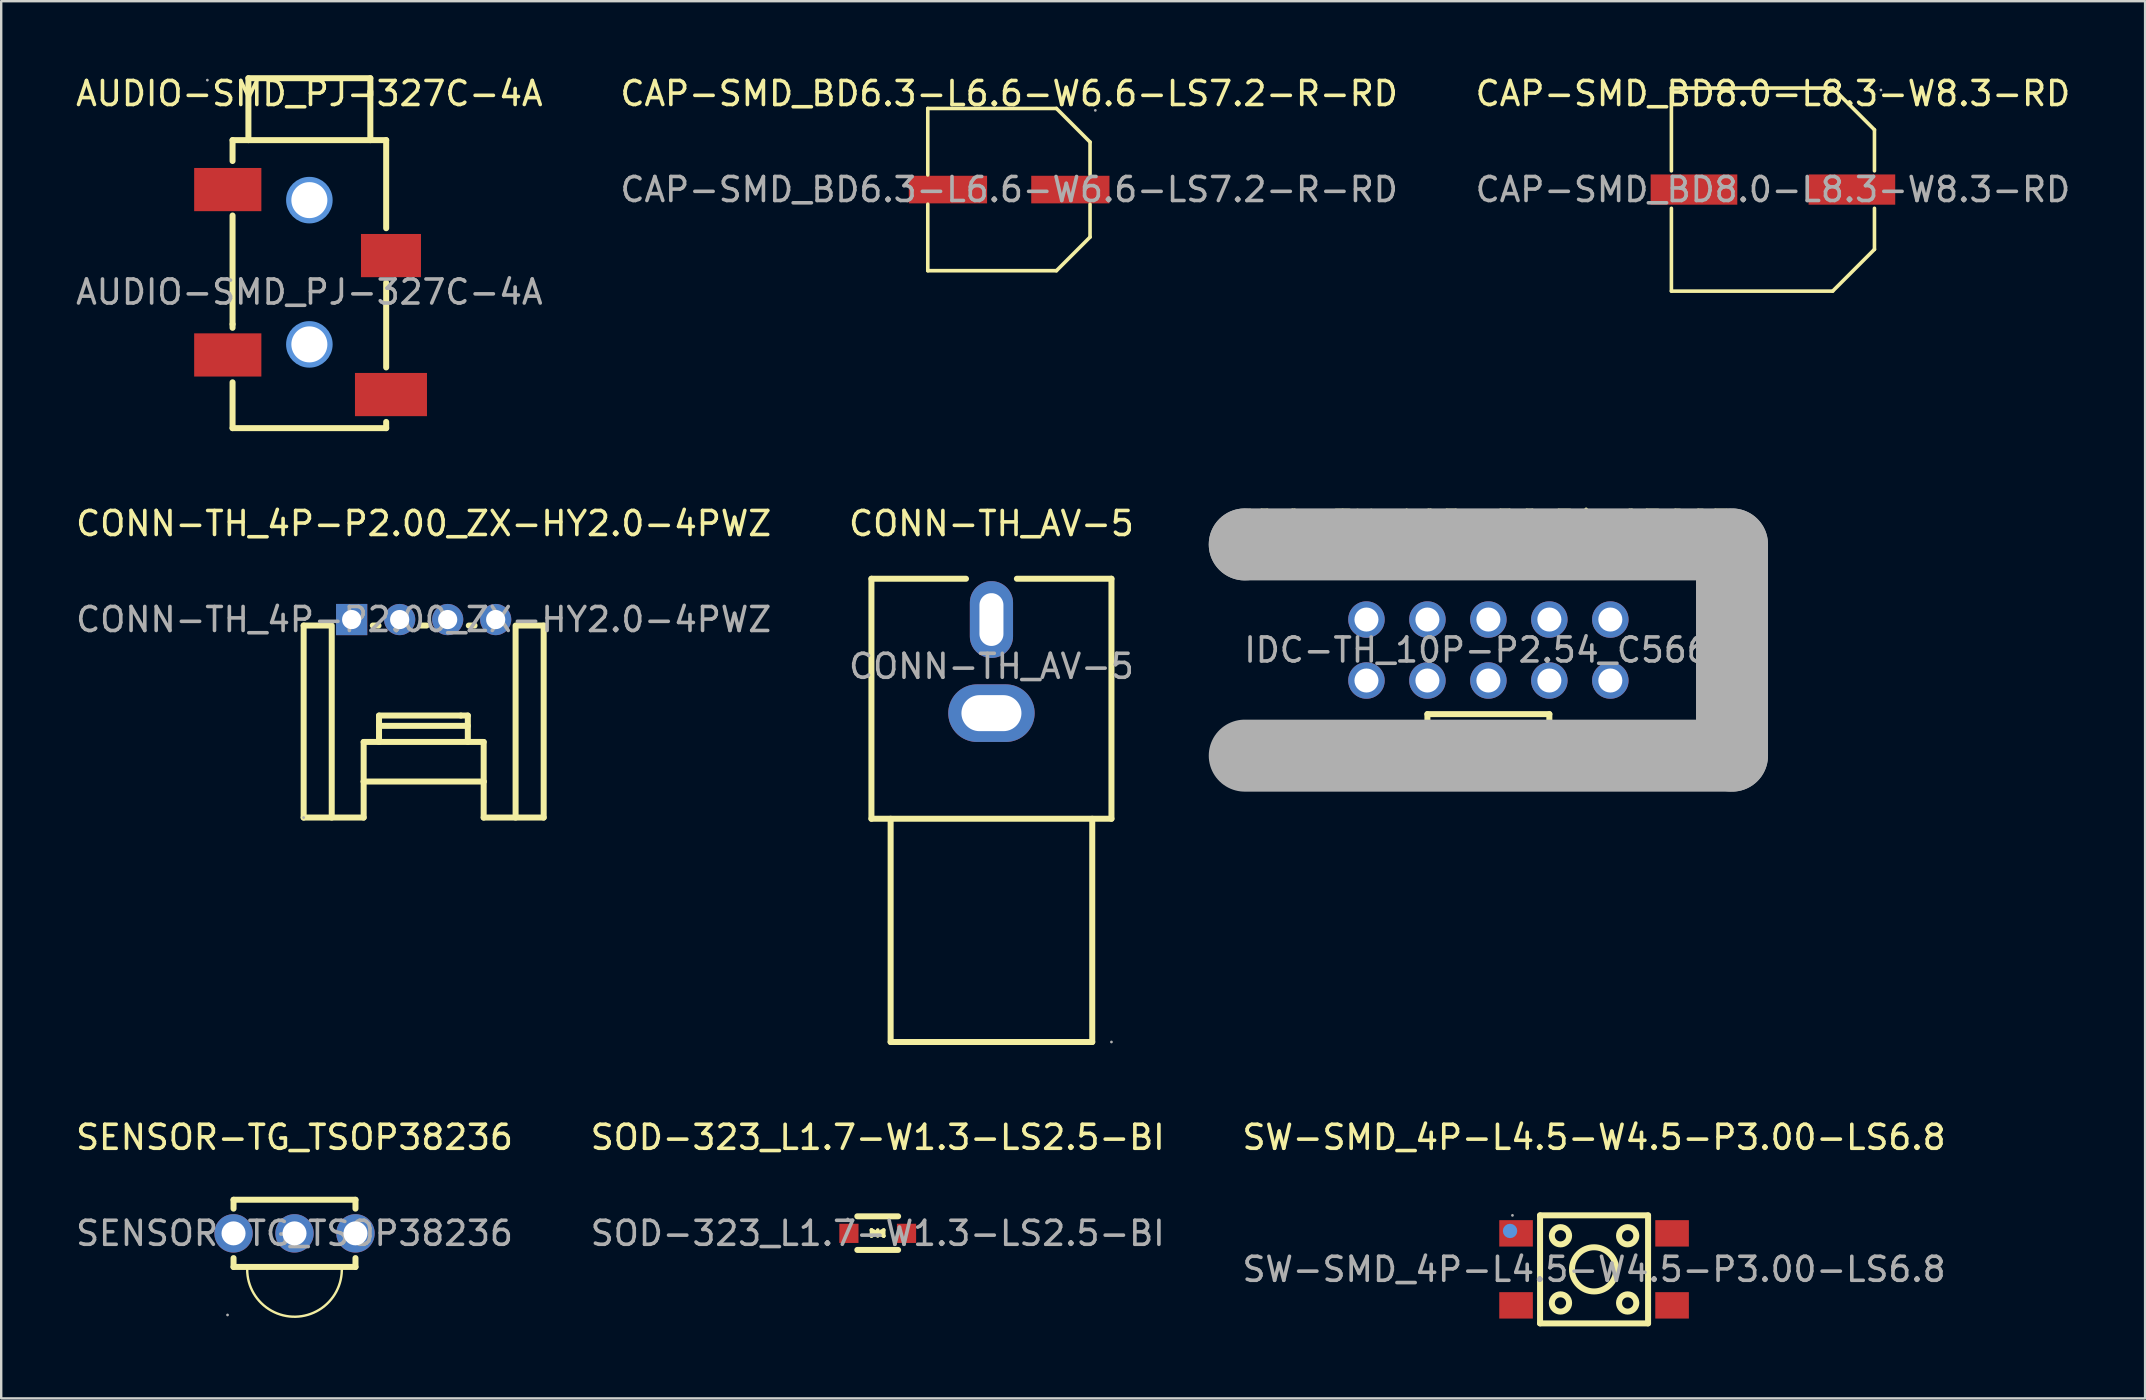
<source format=kicad_pcb>
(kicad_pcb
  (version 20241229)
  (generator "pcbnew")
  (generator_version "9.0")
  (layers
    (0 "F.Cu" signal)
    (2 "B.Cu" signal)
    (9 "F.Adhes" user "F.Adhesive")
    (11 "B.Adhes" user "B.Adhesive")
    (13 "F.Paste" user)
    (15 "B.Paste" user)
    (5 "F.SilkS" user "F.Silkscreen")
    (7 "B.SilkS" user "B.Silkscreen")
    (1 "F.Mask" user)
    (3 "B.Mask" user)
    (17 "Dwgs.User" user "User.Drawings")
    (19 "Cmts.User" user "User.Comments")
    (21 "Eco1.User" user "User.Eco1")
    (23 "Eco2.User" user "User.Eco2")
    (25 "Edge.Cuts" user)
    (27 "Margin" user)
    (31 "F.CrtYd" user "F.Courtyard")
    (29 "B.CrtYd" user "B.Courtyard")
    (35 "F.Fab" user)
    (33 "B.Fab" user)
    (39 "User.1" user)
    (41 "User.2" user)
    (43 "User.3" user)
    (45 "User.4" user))
  (footprint "CAP-SMD_BD6.3-L6.6-W6.6-LS7.2-R-RD"
    (layer "F.Cu")
    (at 38.994 4.848)
    (property "Reference" "CAP-SMD_BD6.3-L6.6-W6.6-LS7.2-R-RD" (at 0 -4 0) (layer "F.SilkS") (effects (font (size 1 1) (thickness 0.15))))
    (attr smd)
    (fp_line (start -3.39 -3.38) (end 1.97 -3.38) (stroke (width 0.15) (type solid)) (layer "F.SilkS"))
    (fp_line (start -3.39 -0.61) (end -3.39 -3.38) (stroke (width 0.15) (type solid)) (layer "F.SilkS"))
    (fp_line (start -3.39 0.61) (end -3.39 3.38) (stroke (width 0.15) (type solid)) (layer "F.SilkS"))
    (fp_line (start -3.39 3.38) (end 1.97 3.38) (stroke (width 0.15) (type solid)) (layer "F.SilkS"))
    (fp_line (start 1.97 -3.38) (end 3.37 -1.98) (stroke (width 0.15) (type solid)) (layer "F.SilkS"))
    (fp_line (start 1.97 3.38) (end 3.37 1.98) (stroke (width 0.15) (type solid)) (layer "F.SilkS"))
    (fp_line (start 3.37 -1.98) (end 3.37 -0.61) (stroke (width 0.15) (type solid)) (layer "F.SilkS"))
    (fp_line (start 3.37 1.98) (end 3.37 0.61) (stroke (width 0.15) (type solid)) (layer "F.SilkS"))
    (fp_circle (center 3.59 -3.3) (end 3.62 -3.3) (stroke (width 0.06) (type solid)) (fill no) (layer "F.Fab"))
    (fp_text user "${REFERENCE}" (at 0 0 0) (layer "F.Fab") (effects (font (size 1 1) (thickness 0.15))))
    (pad "1" smd rect (at 2.55 0 180) (size 3.26 1.15) (layers "F.Cu" "F.Mask" "F.Paste"))
    (pad "2" smd rect (at -2.55 0 180) (size 3.26 1.15) (layers "F.Cu" "F.Mask" "F.Paste")))
  (footprint "CONN-TH_AV-5"
    (layer "F.Cu")
    (at 38.256 24.712)
    (property "Reference" "CONN-TH_AV-5" (at 0 -5.95 0) (layer "F.SilkS") (effects (font (size 1 1) (thickness 0.15))))
    (attr through_hole)
    (fp_line (start -5 -3.65) (end -1.06 -3.65) (stroke (width 0.25) (type solid)) (layer "F.SilkS"))
    (fp_line (start -5 6.35) (end -5 -3.65) (stroke (width 0.25) (type solid)) (layer "F.SilkS"))
    (fp_line (start -5 6.35) (end 5 6.35) (stroke (width 0.25) (type solid)) (layer "F.SilkS"))
    (fp_line (start -4.2 6.35) (end -4.2 15.65) (stroke (width 0.25) (type solid)) (layer "F.SilkS"))
    (fp_line (start -4.2 15.65) (end 4.2 15.65) (stroke (width 0.25) (type solid)) (layer "F.SilkS"))
    (fp_line (start 1.06 -3.65) (end 5 -3.65) (stroke (width 0.25) (type solid)) (layer "F.SilkS"))
    (fp_line (start 4.2 6.35) (end 4.2 15.65) (stroke (width 0.25) (type solid)) (layer "F.SilkS"))
    (fp_line (start 5 -3.65) (end 5 6.35) (stroke (width 0.25) (type solid)) (layer "F.SilkS"))
    (fp_circle (center 5 15.65) (end 5.03 15.65) (stroke (width 0.06) (type solid)) (fill no) (layer "F.Fab"))
    (fp_text user "${REFERENCE}" (at 0 0 0) (layer "F.Fab") (effects (font (size 1 1) (thickness 0.15))))
    (pad "1" thru_hole oval (at 0 1.95) (size 3.6 2.4) (drill oval 2.5 1.5) (layers "*.Cu" "*.Mask"))
    (pad "2" thru_hole oval (at 0 -1.95 90) (size 3.2 1.8) (drill oval 2.2 1) (layers "*.Cu" "*.Mask")))
  (footprint "IDC-TH_10P-P2.54_C5665"
    (layer "F.Cu")
    (at 58.96 24.032)
    (property "Reference" "IDC-TH_10P-P2.54_C5665" (at 0 -5.27 0) (layer "F.SilkS") (effects (font (size 1 1) (thickness 0.15))))
    (attr through_hole)
    (fp_line (start -2.54 2.67) (end -2.54 4.45) (stroke (width 0.25) (type solid)) (layer "F.SilkS"))
    (fp_line (start -2.54 2.67) (end 2.54 2.67) (stroke (width 0.25) (type solid)) (layer "F.SilkS"))
    (fp_line (start -2.54 4.45) (end -2.49 4.37) (stroke (width 0.25) (type solid)) (layer "F.SilkS"))
    (fp_line (start 2.54 2.67) (end 2.54 4.42) (stroke (width 0.25) (type solid)) (layer "F.SilkS"))
    (fp_line (start 2.54 4.42) (end 2.54 4.37) (stroke (width 0.25) (type solid)) (layer "F.SilkS"))
    (fp_line (start -10.15 -4.4) (end -10.15 -4.4) (stroke (width 3) (type solid)) (layer "F.Fab"))
    (fp_line (start -10.15 -4.4) (end 10.15 -4.4) (stroke (width 3) (type solid)) (layer "F.Fab"))
    (fp_line (start 10.15 -4.4) (end 10.15 4.4) (stroke (width 3) (type solid)) (layer "F.Fab"))
    (fp_line (start 10.15 4.4) (end -10.15 4.4) (stroke (width 3) (type solid)) (layer "F.Fab"))
    (fp_circle (center -10.15 4.4) (end -10.12 4.4) (stroke (width 0.06) (type solid)) (fill no) (layer "F.Fab"))
    (fp_text user "${REFERENCE}" (at 0 0 0) (layer "F.Fab") (effects (font (size 1 1) (thickness 0.15))))
    (pad "1" thru_hole circle (at -5.08 1.27) (size 1.52 1.52) (drill 1) (layers "*.Cu" "*.Mask"))
    (pad "2" thru_hole circle (at -5.08 -1.27) (size 1.52 1.52) (drill 1) (layers "*.Cu" "*.Mask"))
    (pad "3" thru_hole circle (at -2.54 1.27) (size 1.52 1.52) (drill 1) (layers "*.Cu" "*.Mask"))
    (pad "4" thru_hole circle (at -2.54 -1.27) (size 1.52 1.52) (drill 1) (layers "*.Cu" "*.Mask"))
    (pad "5" thru_hole circle (at 0 1.27) (size 1.52 1.52) (drill 1) (layers "*.Cu" "*.Mask"))
    (pad "6" thru_hole circle (at 0 -1.27) (size 1.52 1.52) (drill 1) (layers "*.Cu" "*.Mask"))
    (pad "7" thru_hole circle (at 2.54 1.27) (size 1.52 1.52) (drill 1) (layers "*.Cu" "*.Mask"))
    (pad "8" thru_hole circle (at 2.54 -1.27) (size 1.52 1.52) (drill 1) (layers "*.Cu" "*.Mask"))
    (pad "9" thru_hole circle (at 5.08 1.27) (size 1.52 1.52) (drill 1) (layers "*.Cu" "*.Mask"))
    (pad "10" thru_hole circle (at 5.08 -1.27) (size 1.52 1.52) (drill 1) (layers "*.Cu" "*.Mask")))
  (footprint "SENSOR-TG_TSOP38236"
    (layer "F.Cu")
    (at 9.22 48.335)
    (property "Reference" "SENSOR-TG_TSOP38236" (at 0 -4 0) (layer "F.SilkS") (effects (font (size 1 1) (thickness 0.15))))
    (attr smd)
    (fp_line (start -2.54 -1.4) (end 2.54 -1.4) (stroke (width 0.25) (type solid)) (layer "F.SilkS"))
    (fp_line (start -2.54 -1.03) (end -2.54 -1.4) (stroke (width 0.25) (type solid)) (layer "F.SilkS"))
    (fp_line (start -2.54 1.4) (end -2.54 1.03) (stroke (width 0.25) (type solid)) (layer "F.SilkS"))
    (fp_line (start 2.54 -1.4) (end 2.54 -1.03) (stroke (width 0.25) (type solid)) (layer "F.SilkS"))
    (fp_line (start 2.54 1.03) (end 2.54 1.4) (stroke (width 0.25) (type solid)) (layer "F.SilkS"))
    (fp_line (start 2.54 1.4) (end -2.54 1.4) (stroke (width 0.25) (type solid)) (layer "F.SilkS"))
    (fp_arc (start 1.969923 1.417453) (mid 0.041283 3.47122) (end -1.971652 1.5) (stroke (width 0.1) (type default)) (layer "F.SilkS"))
    (fp_circle (center -2.79 3.4) (end -2.76 3.4) (stroke (width 0.06) (type solid)) (fill no) (layer "F.Fab"))
    (fp_text user "${REFERENCE}" (at 0 0 0) (layer "F.Fab") (effects (font (size 1 1) (thickness 0.15))))
    (pad "1" thru_hole circle (at -2.54 0) (size 1.6 1.6) (drill 1) (layers "*.Cu" "*.Mask"))
    (pad "2" thru_hole circle (at 0 0) (size 1.6 1.6) (drill 1) (layers "*.Cu" "*.Mask"))
    (pad "3" thru_hole circle (at 2.54 0) (size 1.6 1.6) (drill 1) (layers "*.Cu" "*.Mask")))
  (footprint "CAP-SMD_BD8.0-L8.3-W8.3-RD"
    (layer "F.Cu")
    (at 70.815 4.848)
    (property "Reference" "CAP-SMD_BD8.0-L8.3-W8.3-RD" (at 0 -4 0) (layer "F.SilkS") (effects (font (size 1 1) (thickness 0.15))))
    (attr smd)
    (fp_line (start -4.23 -4.23) (end 2.49 -4.23) (stroke (width 0.15) (type solid)) (layer "F.SilkS"))
    (fp_line (start -4.23 -0.78) (end -4.23 -4.23) (stroke (width 0.15) (type solid)) (layer "F.SilkS"))
    (fp_line (start -4.23 0.78) (end -4.23 4.23) (stroke (width 0.15) (type solid)) (layer "F.SilkS"))
    (fp_line (start -4.23 4.23) (end 2.49 4.23) (stroke (width 0.15) (type solid)) (layer "F.SilkS"))
    (fp_line (start 2.49 -4.23) (end 4.23 -2.49) (stroke (width 0.15) (type solid)) (layer "F.SilkS"))
    (fp_line (start 2.49 4.23) (end 4.23 2.49) (stroke (width 0.15) (type solid)) (layer "F.SilkS"))
    (fp_line (start 4.23 -2.49) (end 4.23 -0.78) (stroke (width 0.15) (type solid)) (layer "F.SilkS"))
    (fp_line (start 4.23 2.49) (end 4.23 0.78) (stroke (width 0.15) (type solid)) (layer "F.SilkS"))
    (fp_circle (center 4.5 -4.15) (end 4.53 -4.15) (stroke (width 0.06) (type solid)) (fill no) (layer "F.Fab"))
    (fp_text user "${REFERENCE}" (at 0 0 0) (layer "F.Fab") (effects (font (size 1 1) (thickness 0.15))))
    (pad "1" smd rect (at 3.29 0 180) (size 3.61 1.26) (layers "F.Cu" "F.Mask" "F.Paste"))
    (pad "2" smd rect (at -3.29 0 180) (size 3.61 1.26) (layers "F.Cu" "F.Mask" "F.Paste")))
  (footprint "SW-SMD_4P-L4.5-W4.5-P3.00-LS6.8"
    (layer "F.Cu")
    (at 63.363 49.835)
    (property "Reference" "SW-SMD_4P-L4.5-W4.5-P3.00-LS6.8" (at 0 -5.5 0) (layer "F.SilkS") (effects (font (size 1 1) (thickness 0.15))))
    (attr smd)
    (fp_line (start -2.25 -2.25) (end 2.25 -2.25) (stroke (width 0.25) (type solid)) (layer "F.SilkS"))
    (fp_line (start -2.25 2.25) (end -2.25 -2.25) (stroke (width 0.25) (type solid)) (layer "F.SilkS"))
    (fp_line (start 2.25 -2.25) (end 2.25 2.25) (stroke (width 0.25) (type solid)) (layer "F.SilkS"))
    (fp_line (start 2.25 2.25) (end -2.25 2.25) (stroke (width 0.25) (type solid)) (layer "F.SilkS"))
    (fp_circle (center -1.4 -1.4) (end -1.04 -1.4) (stroke (width 0.25) (type solid)) (fill no) (layer "F.SilkS"))
    (fp_circle (center -1.4 1.4) (end -1.04 1.4) (stroke (width 0.25) (type solid)) (fill no) (layer "F.SilkS"))
    (fp_circle (center 0 0) (end 0.92 0) (stroke (width 0.25) (type solid)) (fill no) (layer "F.SilkS"))
    (fp_circle (center 1.4 -1.4) (end 1.76 -1.4) (stroke (width 0.25) (type solid)) (fill no) (layer "F.SilkS"))
    (fp_circle (center 1.4 1.4) (end 1.76 1.4) (stroke (width 0.25) (type solid)) (fill no) (layer "F.SilkS"))
    (fp_circle (center -3.5 -1.6) (end -3.35 -1.6) (stroke (width 0.3) (type solid)) (fill no) (layer "Cmts.User"))
    (fp_circle (center -3.4 -2.25) (end -3.37 -2.25) (stroke (width 0.06) (type solid)) (fill no) (layer "F.Fab"))
    (fp_text user "${REFERENCE}" (at 0 0 0) (layer "F.Fab") (effects (font (size 1 1) (thickness 0.15))))
    (pad "1" smd rect (at -3.25 -1.5) (size 1.4 1.1) (layers "F.Cu" "F.Mask" "F.Paste"))
    (pad "2" smd rect (at 3.25 -1.5) (size 1.4 1.1) (layers "F.Cu" "F.Mask" "F.Paste"))
    (pad "3" smd rect (at -3.25 1.5) (size 1.4 1.1) (layers "F.Cu" "F.Mask" "F.Paste"))
    (pad "4" smd rect (at 3.25 1.5) (size 1.4 1.1) (layers "F.Cu" "F.Mask" "F.Paste")))
  (footprint "AUDIO-SMD_PJ-327C-4A"
    (layer "F.Cu")
    (at 9.839 9.118)
    (property "Reference" "AUDIO-SMD_PJ-327C-4A" (at 0 -8.27 0) (layer "F.SilkS") (effects (font (size 1 1) (thickness 0.15))))
    (attr smd)
    (fp_line (start -3.2 -6.33) (end 3.2 -6.33) (stroke (width 0.25) (type solid)) (layer "F.SilkS"))
    (fp_line (start -3.2 -5.46) (end -3.2 -6.33) (stroke (width 0.25) (type solid)) (layer "F.SilkS"))
    (fp_line (start -3.2 1.34) (end -3.2 -3.19) (stroke (width 0.25) (type solid)) (layer "F.SilkS"))
    (fp_line (start -3.2 1.34) (end -3.2 1.49) (stroke (width 0.25) (type solid)) (layer "F.SilkS"))
    (fp_line (start -3.2 3.76) (end -3.2 5.67) (stroke (width 0.25) (type solid)) (layer "F.SilkS"))
    (fp_line (start -3.2 5.67) (end 3.2 5.67) (stroke (width 0.25) (type solid)) (layer "F.SilkS"))
    (fp_line (start -2.54 -8.91) (end -2.54 -8.36) (stroke (width 0.25) (type solid)) (layer "F.SilkS"))
    (fp_line (start -2.54 -8.91) (end 2.54 -8.91) (stroke (width 0.25) (type solid)) (layer "F.SilkS"))
    (fp_line (start -2.54 -8.36) (end -2.54 -6.33) (stroke (width 0.25) (type solid)) (layer "F.SilkS"))
    (fp_line (start 2.54 -8.91) (end 2.54 -8.21) (stroke (width 0.25) (type solid)) (layer "F.SilkS"))
    (fp_line (start 2.54 -8.36) (end 2.54 -6.33) (stroke (width 0.25) (type solid)) (layer "F.SilkS"))
    (fp_line (start 3.2 -6.33) (end 3.2 -2.66) (stroke (width 0.25) (type solid)) (layer "F.SilkS"))
    (fp_line (start 3.2 -0.39) (end 3.2 3.14) (stroke (width 0.25) (type solid)) (layer "F.SilkS"))
    (fp_line (start 3.2 5.41) (end 3.2 5.67) (stroke (width 0.25) (type solid)) (layer "F.SilkS"))
    (fp_circle (center 0 -3.83) (end 0.32 -3.83) (stroke (width 0.65) (type solid)) (fill no) (layer "Cmts.User"))
    (fp_circle (center 0 2.18) (end 0.32 2.18) (stroke (width 0.65) (type solid)) (fill no) (layer "Cmts.User"))
    (fp_circle (center -4.25 -8.83) (end -4.22 -8.83) (stroke (width 0.06) (type solid)) (fill no) (layer "F.Fab"))
    (fp_text user "${REFERENCE}" (at 0 0 0) (layer "F.Fab") (effects (font (size 1 1) (thickness 0.15))))
    (pad "" np_thru_hole circle (at 0 -3.83) (size 1.5 1.5) (drill 1.5) (layers "*.Cu" "*.Mask"))
    (pad "" np_thru_hole circle (at 0 2.18) (size 1.5 1.5) (drill 1.5) (layers "*.Cu" "*.Mask"))
    (pad "1" smd rect (at -3.4 -4.27 90) (size 1.8 2.8) (layers "F.Cu" "F.Mask" "F.Paste"))
    (pad "2" smd rect (at -3.4 2.62 90) (size 1.8 2.8) (layers "F.Cu" "F.Mask" "F.Paste"))
    (pad "3" smd rect (at 3.4 -1.52 90) (size 1.8 2.5) (layers "F.Cu" "F.Mask" "F.Paste"))
    (pad "4" smd rect (at 3.4 4.27 90) (size 1.8 3) (layers "F.Cu" "F.Mask" "F.Paste")))
  (footprint "SOD-323_L1.7-W1.3-LS2.5-BI"
    (layer "F.Cu")
    (at 33.518 48.335)
    (property "Reference" "SOD-323_L1.7-W1.3-LS2.5-BI" (at 0 -4 0) (layer "F.SilkS") (effects (font (size 1 1) (thickness 0.15))))
    (attr smd)
    (fp_line (start -0.85 -0.71) (end 0.85 -0.71) (stroke (width 0.25) (type solid)) (layer "F.SilkS"))
    (fp_line (start -0.85 0.69) (end 0.85 0.69) (stroke (width 0.25) (type solid)) (layer "F.SilkS"))
    (fp_line (start -0.26 -0.14) (end -0.26 -0.14) (stroke (width 0.15) (type solid)) (layer "F.SilkS"))
    (fp_line (start -0.26 -0.14) (end -0.01 -0.02) (stroke (width 0.15) (type solid)) (layer "F.SilkS"))
    (fp_line (start -0.26 0.11) (end -0.26 -0.14) (stroke (width 0.15) (type solid)) (layer "F.SilkS"))
    (fp_line (start -0.13 -0.01) (end 0 -0.01) (stroke (width 0.15) (type solid)) (layer "F.SilkS"))
    (fp_line (start -0.01 -0.01) (end -0.26 0.11) (stroke (width 0.15) (type solid)) (layer "F.SilkS"))
    (fp_line (start 0 -0.14) (end 0 0.11) (stroke (width 0.15) (type solid)) (layer "F.SilkS"))
    (fp_line (start 0 -0.01) (end 0.25 -0.14) (stroke (width 0.15) (type solid)) (layer "F.SilkS"))
    (fp_line (start 0.12 -0.01) (end -0.01 -0.01) (stroke (width 0.15) (type solid)) (layer "F.SilkS"))
    (fp_line (start 0.25 -0.14) (end 0.25 0.11) (stroke (width 0.15) (type solid)) (layer "F.SilkS"))
    (fp_line (start 0.25 0.11) (end 0 -0.01) (stroke (width 0.15) (type solid)) (layer "F.SilkS"))
    (fp_line (start 0.25 0.11) (end 0.25 0.11) (stroke (width 0.15) (type solid)) (layer "F.SilkS"))
    (fp_circle (center -1.25 -0.6) (end -1.22 -0.6) (stroke (width 0.06) (type solid)) (fill no) (layer "F.Fab"))
    (fp_text user "${REFERENCE}" (at 0 0 0) (layer "F.Fab") (effects (font (size 1 1) (thickness 0.15))))
    (pad "1" smd rect (at -1.2 0) (size 0.8 0.8) (layers "F.Cu" "F.Mask" "F.Paste"))
    (pad "2" smd rect (at 1.2 0) (size 0.8 0.8) (layers "F.Cu" "F.Mask" "F.Paste")))
  (footprint "CONN-TH_4P-P2.00_ZX-HY2.0-4PWZ"
    (layer "F.Cu")
    (at 14.601 22.762)
    (property "Reference" "CONN-TH_4P-P2.00_ZX-HY2.0-4PWZ" (at 0 -4 0) (layer "F.SilkS") (effects (font (size 1 1) (thickness 0.15))))
    (attr through_hole)
    (fp_line (start -5 0.25) (end -5 8.25) (stroke (width 0.25) (type solid)) (layer "F.SilkS"))
    (fp_line (start -5 8.25) (end -2.5 8.25) (stroke (width 0.25) (type solid)) (layer "F.SilkS"))
    (fp_line (start -3.88 0.25) (end -5 0.25) (stroke (width 0.25) (type solid)) (layer "F.SilkS"))
    (fp_line (start -3.83 8.25) (end -3.83 0.25) (stroke (width 0.25) (type solid)) (layer "F.SilkS"))
    (fp_line (start -2.5 5.1) (end 2.5 5.1) (stroke (width 0.25) (type solid)) (layer "F.SilkS"))
    (fp_line (start -2.5 6.75) (end -2.5 5.1) (stroke (width 0.25) (type solid)) (layer "F.SilkS"))
    (fp_line (start -2.5 6.75) (end 2.5 6.75) (stroke (width 0.25) (type solid)) (layer "F.SilkS"))
    (fp_line (start -2.5 8.25) (end -2.5 6.75) (stroke (width 0.25) (type solid)) (layer "F.SilkS"))
    (fp_line (start -1.88 0.25) (end -2.12 0.25) (stroke (width 0.25) (type solid)) (layer "F.SilkS"))
    (fp_line (start -1.86 4) (end 1.55 4) (stroke (width 0.25) (type solid)) (layer "F.SilkS"))
    (fp_line (start -1.86 4.43) (end 1.84 4.43) (stroke (width 0.25) (type solid)) (layer "F.SilkS"))
    (fp_line (start -1.86 5.1) (end -1.86 4) (stroke (width 0.25) (type solid)) (layer "F.SilkS"))
    (fp_line (start 0.12 0.25) (end -0.12 0.25) (stroke (width 0.25) (type solid)) (layer "F.SilkS"))
    (fp_line (start 1.55 4) (end 1.84 4) (stroke (width 0.25) (type solid)) (layer "F.SilkS"))
    (fp_line (start 1.84 4) (end 1.84 5.1) (stroke (width 0.25) (type solid)) (layer "F.SilkS"))
    (fp_line (start 2.12 0.25) (end 1.88 0.25) (stroke (width 0.25) (type solid)) (layer "F.SilkS"))
    (fp_line (start 2.5 5.1) (end 2.5 6.75) (stroke (width 0.25) (type solid)) (layer "F.SilkS"))
    (fp_line (start 2.5 6.75) (end 2.5 8.25) (stroke (width 0.25) (type solid)) (layer "F.SilkS"))
    (fp_line (start 2.5 8.25) (end 5 8.25) (stroke (width 0.25) (type solid)) (layer "F.SilkS"))
    (fp_line (start 3.83 8.25) (end 3.83 0.25) (stroke (width 0.25) (type solid)) (layer "F.SilkS"))
    (fp_line (start 5 0.25) (end 3.88 0.25) (stroke (width 0.25) (type solid)) (layer "F.SilkS"))
    (fp_line (start 5 0.25) (end 5 8.25) (stroke (width 0.25) (type solid)) (layer "F.SilkS"))
    (fp_circle (center -5 8.25) (end -4.97 8.25) (stroke (width 0.06) (type solid)) (fill no) (layer "F.Fab"))
    (fp_text user "${REFERENCE}" (at 0 0 0) (layer "F.Fab") (effects (font (size 1 1) (thickness 0.15))))
    (pad "1" thru_hole rect (at -3 0) (size 1.3 1.3) (drill 0.8) (layers "*.Cu" "*.Mask"))
    (pad "2" thru_hole circle (at -1 0) (size 1.3 1.3) (drill 0.8) (layers "*.Cu" "*.Mask"))
    (pad "3" thru_hole circle (at 1 0) (size 1.3 1.3) (drill 0.8) (layers "*.Cu" "*.Mask"))
    (pad "4" thru_hole circle (at 3 0) (size 1.3 1.3) (drill 0.8) (layers "*.Cu" "*.Mask")))
  (gr_rect
    (start -3 -3)
    (end 86.321 55.21)
    (stroke (width 0.1) (type default))
    (fill no)
    (layer "Edge.Cuts")))
</source>
